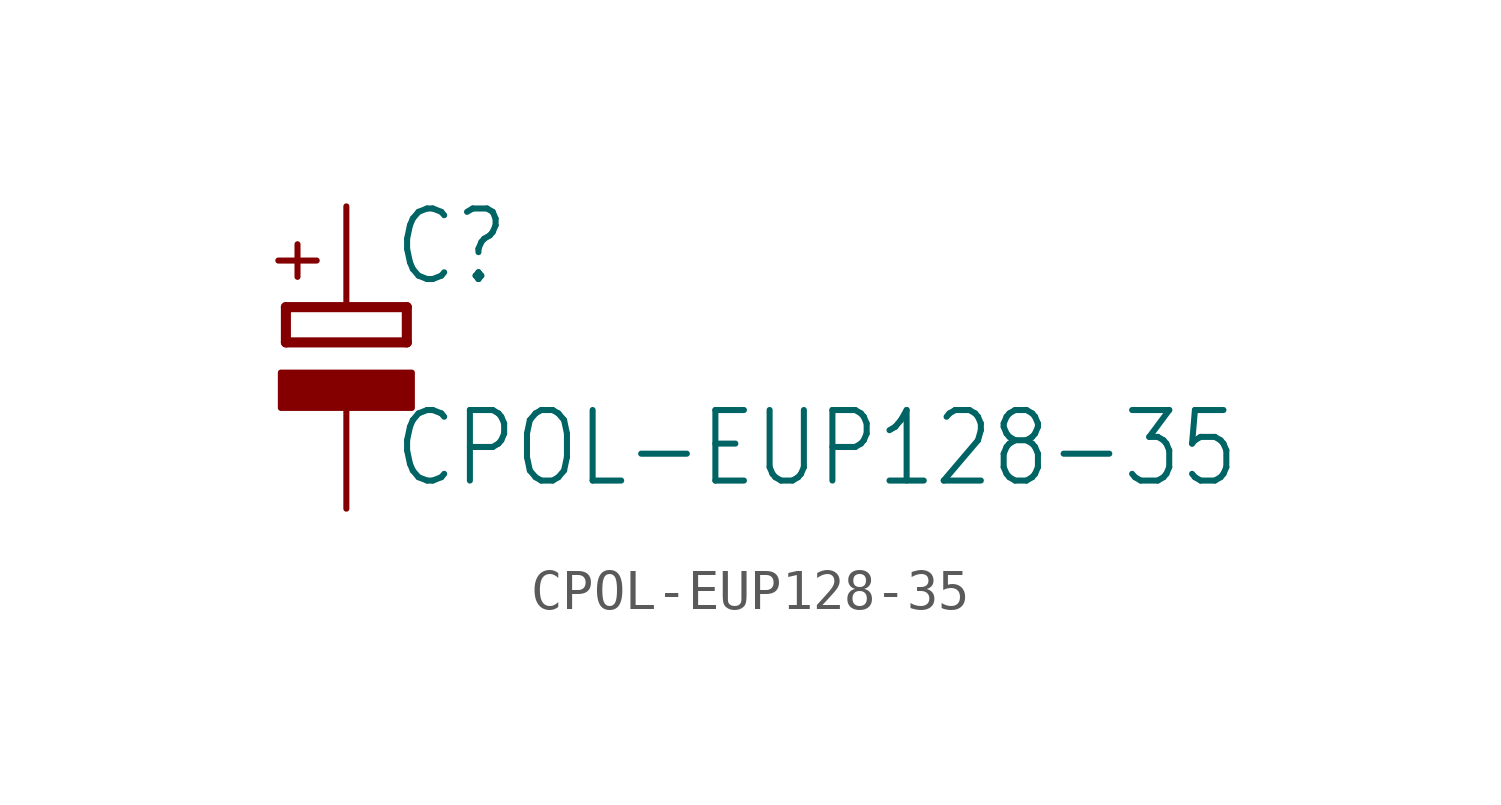
<source format=kicad_sym>
(kicad_symbol_lib
  (version 20220914)
  (generator kicad_symbol_editor)
  (symbol "CPOL-EUP128-35"
    (property "Reference" "C"
      (at 1.143 0.483 0)
      (effects (font (size 1.778 1.511)) (justify left bottom)))
    (property "Value" "CPOL-EUP128-35"
      (at 1.143 -4.597 0)
      (effects (font (size 1.778 1.511)) (justify left bottom)))
    (property "ki_locked" ""
      (at 0 0 0)
      (effects (font (size 1.27 1.27))))
    (symbol "CPOL-EUP128-35_1_0"
      (rectangle (start -1.651 -2.54) (end 1.651 -1.651) (stroke (width 0) (type default)) (fill (type outline)))
      (polyline (pts (xy -1.524 -0.889) (xy 1.524 -0.889)) (stroke (width 0.254) (type default)) (fill (type none)))
      (polyline (pts (xy -1.524 0) (xy -1.524 -0.889)) (stroke (width 0.254) (type default)) (fill (type none)))
      (polyline (pts (xy -1.524 0) (xy 1.524 0)) (stroke (width 0.254) (type default)) (fill (type none)))
      (polyline (pts (xy 1.524 -0.889) (xy 1.524 0)) (stroke (width 0.254) (type default)) (fill (type none)))
      (text "+" (at -0.584 0.406 900) (effects (font (size 1.27 1.079)) (justify left bottom)))
      (pin passive line (at 0 2.54 270) (length 2.54) (name "+" (effects (font (size 0 0)))) (number "+" (effects (font (size 0 0)))))
      (pin passive line (at 0 -5.08 90) (length 2.54) (name "-" (effects (font (size 0 0)))) (number "-" (effects (font (size 0 0))))))))
</source>
